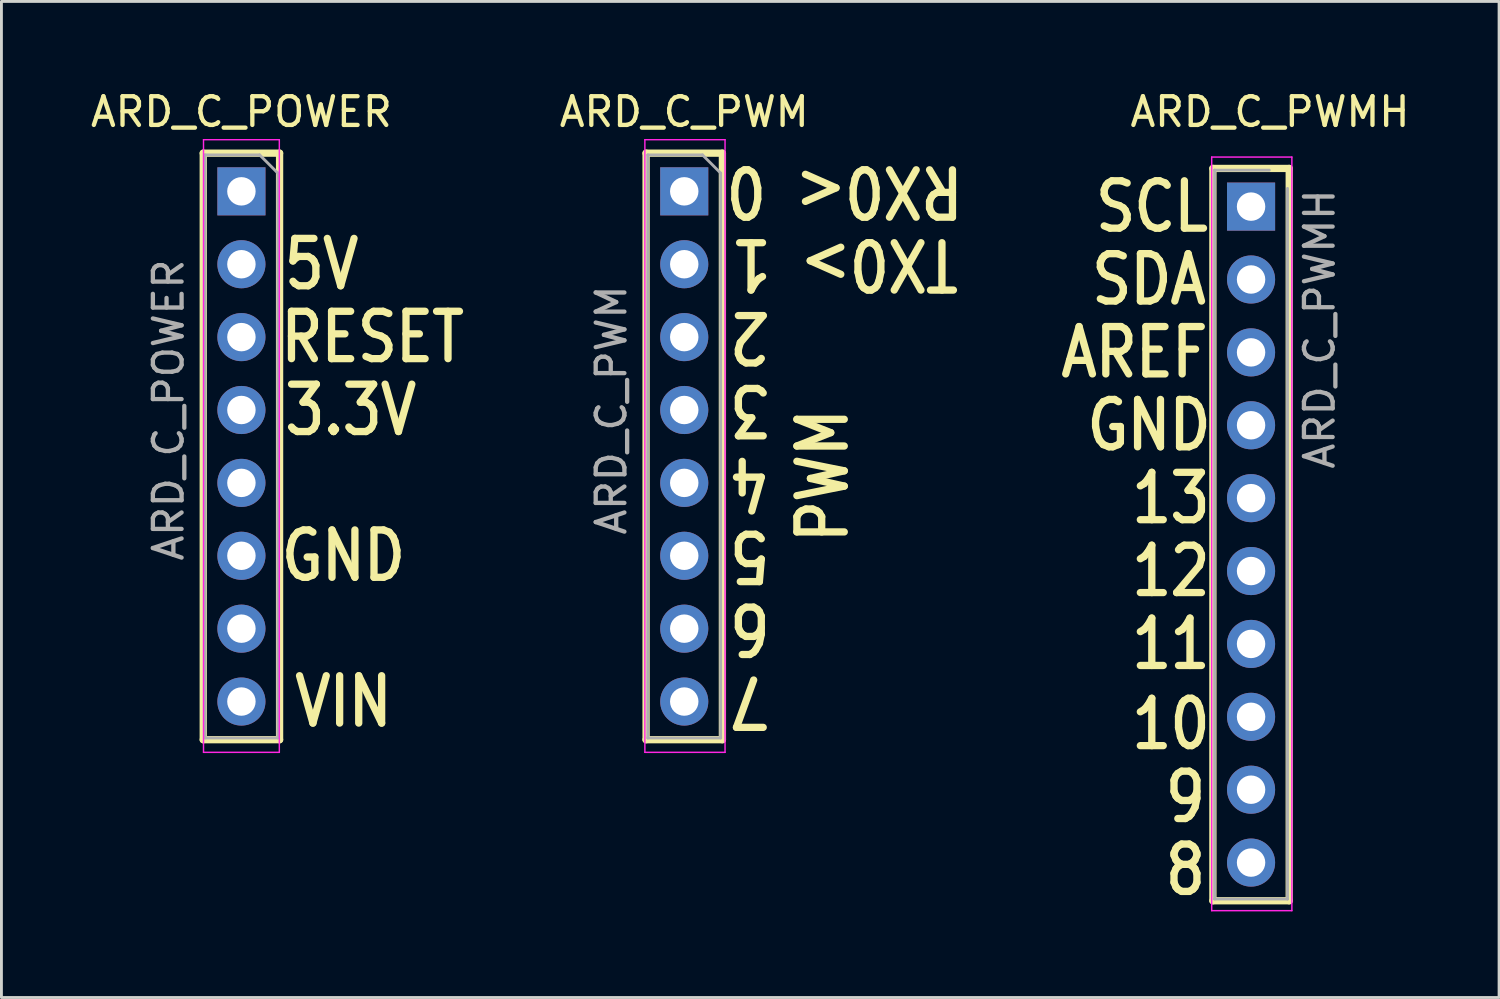
<source format=kicad_pcb>
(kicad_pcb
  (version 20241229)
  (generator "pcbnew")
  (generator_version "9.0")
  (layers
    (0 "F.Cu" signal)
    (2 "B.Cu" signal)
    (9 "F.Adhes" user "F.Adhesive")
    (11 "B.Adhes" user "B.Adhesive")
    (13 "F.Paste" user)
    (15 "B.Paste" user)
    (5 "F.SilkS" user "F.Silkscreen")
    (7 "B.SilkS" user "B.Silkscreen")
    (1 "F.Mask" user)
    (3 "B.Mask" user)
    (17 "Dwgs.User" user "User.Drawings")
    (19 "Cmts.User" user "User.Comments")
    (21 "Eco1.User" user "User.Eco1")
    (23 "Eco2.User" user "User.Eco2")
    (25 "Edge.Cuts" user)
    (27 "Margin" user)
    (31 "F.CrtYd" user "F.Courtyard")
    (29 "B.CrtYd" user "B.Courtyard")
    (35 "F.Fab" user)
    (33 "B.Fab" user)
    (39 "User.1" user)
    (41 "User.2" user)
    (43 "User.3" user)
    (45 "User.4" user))
  (footprint "ARD_C_PWMH"
    (layer "F.Cu")
    (at 40.548 4.15)
    (property "Reference" "ARD_C_PWMH" (at 0.66 -3.302 0) (layer "F.SilkS") (effects (font (size 1 1) (thickness 0.15))))
    (attr through_hole)
    (fp_line (start -1.33 -1.33) (end -1.33 24.19) (stroke (width 0.254) (type solid)) (layer "F.SilkS"))
    (fp_line (start -1.33 -1.33) (end 1.33 -1.33) (stroke (width 0.254) (type solid)) (layer "F.SilkS"))
    (fp_line (start -1.33 24.19) (end 1.33 24.19) (stroke (width 0.254) (type solid)) (layer "F.SilkS"))
    (fp_line (start 1.33 -1.33) (end 1.33 24.19) (stroke (width 0.254) (type solid)) (layer "F.SilkS"))
    (fp_line (start -1.372 -1.727) (end 1.422 -1.727) (stroke (width 0.051) (type solid)) (layer "F.CrtYd"))
    (fp_line (start -1.372 24.536) (end -1.372 -1.727) (stroke (width 0.051) (type solid)) (layer "F.CrtYd"))
    (fp_line (start 1.422 -1.727) (end 1.422 24.536) (stroke (width 0.051) (type solid)) (layer "F.CrtYd"))
    (fp_line (start 1.422 24.536) (end -1.372 24.536) (stroke (width 0.051) (type solid)) (layer "F.CrtYd"))
    (fp_line (start -1.27 -1.27) (end 0.635 -1.27) (stroke (width 0.1) (type solid)) (layer "F.Fab"))
    (fp_line (start -1.27 24.13) (end -1.27 -1.27) (stroke (width 0.1) (type solid)) (layer "F.Fab"))
    (fp_line (start 1.27 -0.635) (end 1.27 24.13) (stroke (width 0.1) (type solid)) (layer "F.Fab"))
    (fp_line (start 1.27 24.13) (end -1.27 24.13) (stroke (width 0.1) (type solid)) (layer "F.Fab"))
    (fp_text user "GND" (at -3.556 7.62 0) (layer "F.SilkS") (effects (font (size 1.651 1.397) (thickness 0.254))))
    (fp_text user "12" (at -2.794 12.7 0) (layer "F.SilkS") (effects (font (size 1.651 1.397) (thickness 0.254))))
    (fp_text user "SCL" (at -3.454 0 0) (layer "F.SilkS") (effects (font (size 1.651 1.397) (thickness 0.254))))
    (fp_text user "10" (at -2.794 18.034 0) (layer "F.SilkS") (effects (font (size 1.651 1.397) (thickness 0.254))))
    (fp_text user "AREF" (at -4.064 5.08 0) (layer "F.SilkS") (effects (font (size 1.651 1.397) (thickness 0.254))))
    (fp_text user "11" (at -2.794 15.24 0) (layer "F.SilkS") (effects (font (size 1.651 1.397) (thickness 0.254))))
    (fp_text user "8" (at -2.286 23.114 0) (layer "F.SilkS") (effects (font (size 1.651 1.397) (thickness 0.254))))
    (fp_text user "13" (at -2.794 10.16 0) (layer "F.SilkS") (effects (font (size 1.651 1.397) (thickness 0.254))))
    (fp_text user "SDA" (at -3.556 2.54 0) (layer "F.SilkS") (effects (font (size 1.651 1.397) (thickness 0.254))))
    (fp_text user "9" (at -2.286 20.574 0) (layer "F.SilkS") (effects (font (size 1.651 1.397) (thickness 0.254))))
    (fp_text user "${REFERENCE}" (at 2.388 4.267 90) (layer "F.Fab") (effects (font (size 1 1) (thickness 0.15))))
    (pad "1" thru_hole rect (at 0 0) (size 1.676 1.676) (drill 0.991) (layers "*.Cu" "*.Mask"))
    (pad "2" thru_hole circle (at 0 2.54) (size 1.676 1.676) (drill 0.991) (layers "*.Cu" "*.Mask"))
    (pad "3" thru_hole circle (at 0 5.08) (size 1.676 1.676) (drill 0.991) (layers "*.Cu" "*.Mask"))
    (pad "4" thru_hole circle (at 0 7.62) (size 1.676 1.676) (drill 0.991) (layers "*.Cu" "*.Mask"))
    (pad "5" thru_hole circle (at 0 10.16) (size 1.676 1.676) (drill 0.991) (layers "*.Cu" "*.Mask"))
    (pad "6" thru_hole circle (at 0 12.7) (size 1.676 1.676) (drill 0.991) (layers "*.Cu" "*.Mask"))
    (pad "7" thru_hole circle (at 0 15.24) (size 1.676 1.676) (drill 0.991) (layers "*.Cu" "*.Mask"))
    (pad "8" thru_hole circle (at 0 17.78) (size 1.676 1.676) (drill 0.991) (layers "*.Cu" "*.Mask"))
    (pad "9" thru_hole circle (at 0 20.32) (size 1.676 1.676) (drill 0.991) (layers "*.Cu" "*.Mask"))
    (pad "10" thru_hole circle (at 0 22.86) (size 1.676 1.676) (drill 0.991) (layers "*.Cu" "*.Mask")))
  (footprint "ARD_C_PWM"
    (layer "F.Cu")
    (at 20.795 3.618)
    (property "Reference" "ARD_C_PWM" (at 0 -2.77 0) (layer "F.SilkS") (effects (font (size 1 1) (thickness 0.15))))
    (attr through_hole)
    (fp_line (start -1.33 -1.33) (end -1.33 19.11) (stroke (width 0.254) (type solid)) (layer "F.SilkS"))
    (fp_line (start -1.33 -1.33) (end 1.33 -1.33) (stroke (width 0.254) (type solid)) (layer "F.SilkS"))
    (fp_line (start -1.33 19.11) (end 1.33 19.11) (stroke (width 0.254) (type solid)) (layer "F.SilkS"))
    (fp_line (start 1.33 -1.33) (end 1.33 19.11) (stroke (width 0.254) (type solid)) (layer "F.SilkS"))
    (fp_line (start -1.372 -1.8) (end 1.422 -1.8) (stroke (width 0.05) (type solid)) (layer "F.CrtYd"))
    (fp_line (start -1.372 19.55) (end -1.372 -1.8) (stroke (width 0.05) (type solid)) (layer "F.CrtYd"))
    (fp_line (start 1.422 -1.8) (end 1.422 19.55) (stroke (width 0.05) (type solid)) (layer "F.CrtYd"))
    (fp_line (start 1.422 19.55) (end -1.372 19.55) (stroke (width 0.05) (type solid)) (layer "F.CrtYd"))
    (fp_line (start -1.27 -1.27) (end 0.635 -1.27) (stroke (width 0.1) (type solid)) (layer "F.Fab"))
    (fp_line (start -1.27 19.05) (end -1.27 -1.27) (stroke (width 0.1) (type solid)) (layer "F.Fab"))
    (fp_line (start 0.635 -1.27) (end 1.27 -0.635) (stroke (width 0.1) (type solid)) (layer "F.Fab"))
    (fp_line (start 1.27 -0.635) (end 1.27 19.05) (stroke (width 0.1) (type solid)) (layer "F.Fab"))
    (fp_line (start 1.27 19.05) (end -1.27 19.05) (stroke (width 0.1) (type solid)) (layer "F.Fab"))
    (fp_text user "7" (at 2.286 17.78 180) (unlocked yes) (layer "F.SilkS") (effects (font (size 1.651 1.397) (thickness 0.254))))
    (fp_text user "4" (at 2.286 10.16 180) (unlocked yes) (layer "F.SilkS") (effects (font (size 1.651 1.397) (thickness 0.254))))
    (fp_text user "6" (at 2.286 15.24 180) (unlocked yes) (layer "F.SilkS") (effects (font (size 1.651 1.397) (thickness 0.254))))
    (fp_text user "PWM" (at 4.826 9.906 90) (unlocked yes) (layer "F.SilkS") (effects (font (size 1.651 1.397) (thickness 0.254))))
    (fp_text user "RX0< 0" (at 5.588 0 180) (unlocked yes) (layer "F.SilkS") (effects (font (size 1.651 1.397) (thickness 0.254))))
    (fp_text user "3" (at 2.286 7.62 180) (unlocked yes) (layer "F.SilkS") (effects (font (size 1.651 1.397) (thickness 0.254))))
    (fp_text user "2" (at 2.286 5.08 180) (unlocked yes) (layer "F.SilkS") (effects (font (size 1.651 1.397) (thickness 0.254))))
    (fp_text user "TX0> 1" (at 5.588 2.54 180) (unlocked yes) (layer "F.SilkS") (effects (font (size 1.651 1.397) (thickness 0.254))))
    (fp_text user "5" (at 2.286 12.7 180) (unlocked yes) (layer "F.SilkS") (effects (font (size 1.651 1.397) (thickness 0.254))))
    (fp_text user "${REFERENCE}" (at -2.54 7.62 90) (layer "F.Fab") (effects (font (size 1 1) (thickness 0.15))))
    (pad "1" thru_hole rect (at 0 0) (size 1.676 1.676) (drill 0.991) (layers "*.Cu" "*.Mask"))
    (pad "2" thru_hole circle (at 0 2.54) (size 1.676 1.676) (drill 0.991) (layers "*.Cu" "*.Mask"))
    (pad "3" thru_hole circle (at 0 5.08) (size 1.676 1.676) (drill 0.991) (layers "*.Cu" "*.Mask"))
    (pad "4" thru_hole circle (at 0 7.62) (size 1.676 1.676) (drill 0.991) (layers "*.Cu" "*.Mask"))
    (pad "5" thru_hole circle (at 0 10.16) (size 1.676 1.676) (drill 0.991) (layers "*.Cu" "*.Mask"))
    (pad "6" thru_hole circle (at 0 12.7) (size 1.676 1.676) (drill 0.991) (layers "*.Cu" "*.Mask"))
    (pad "7" thru_hole circle (at 0 15.24) (size 1.676 1.676) (drill 0.991) (layers "*.Cu" "*.Mask"))
    (pad "8" thru_hole circle (at 0 17.78) (size 1.676 1.676) (drill 0.991) (layers "*.Cu" "*.Mask")))
  (footprint "ARD_C_POWER"
    (layer "F.Cu")
    (at 5.363 3.618)
    (property "Reference" "ARD_C_POWER" (at 0 -2.77 0) (layer "F.SilkS") (effects (font (size 1 1) (thickness 0.15))))
    (attr through_hole)
    (fp_line (start -1.33 -1.33) (end -1.33 19.11) (stroke (width 0.254) (type solid)) (layer "F.SilkS"))
    (fp_line (start -1.33 -1.33) (end 1.33 -1.33) (stroke (width 0.254) (type solid)) (layer "F.SilkS"))
    (fp_line (start -1.33 19.11) (end 1.33 19.11) (stroke (width 0.254) (type solid)) (layer "F.SilkS"))
    (fp_line (start 1.33 -1.33) (end 1.33 19.11) (stroke (width 0.254) (type solid)) (layer "F.SilkS"))
    (fp_line (start -1.321 -1.8) (end 1.321 -1.8) (stroke (width 0.05) (type solid)) (layer "F.CrtYd"))
    (fp_line (start -1.321 19.55) (end -1.321 -1.8) (stroke (width 0.05) (type solid)) (layer "F.CrtYd"))
    (fp_line (start 1.321 -1.8) (end 1.321 19.55) (stroke (width 0.05) (type solid)) (layer "F.CrtYd"))
    (fp_line (start 1.321 19.55) (end -1.321 19.55) (stroke (width 0.05) (type solid)) (layer "F.CrtYd"))
    (fp_line (start -1.27 -1.27) (end 0.635 -1.27) (stroke (width 0.1) (type solid)) (layer "F.Fab"))
    (fp_line (start -1.27 19.05) (end -1.27 -1.27) (stroke (width 0.1) (type solid)) (layer "F.Fab"))
    (fp_line (start 0.635 -1.27) (end 1.27 -0.635) (stroke (width 0.1) (type solid)) (layer "F.Fab"))
    (fp_line (start 1.27 -0.635) (end 1.27 19.05) (stroke (width 0.1) (type solid)) (layer "F.Fab"))
    (fp_line (start 1.27 19.05) (end -1.27 19.05) (stroke (width 0.1) (type solid)) (layer "F.Fab"))
    (fp_text user "GND" (at 3.556 12.7 0) (layer "F.SilkS") (effects (font (size 1.651 1.397) (thickness 0.254))))
    (fp_text user "3.3V" (at 3.81 7.62 0) (layer "F.SilkS") (effects (font (size 1.651 1.397) (thickness 0.254))))
    (fp_text user "5V" (at 2.794 2.54 0) (layer "F.SilkS") (effects (font (size 1.651 1.397) (thickness 0.254))))
    (fp_text user "VIN" (at 3.556 17.78 0) (layer "F.SilkS") (effects (font (size 1.651 1.397) (thickness 0.254))))
    (fp_text user "RESET" (at 4.572 5.08 0) (layer "F.SilkS") (effects (font (size 1.651 1.397) (thickness 0.254))))
    (fp_text user "${REFERENCE}" (at -2.54 7.62 90) (layer "F.Fab") (effects (font (size 1 1) (thickness 0.15))))
    (pad "1" thru_hole rect (at 0 0) (size 1.676 1.676) (drill 0.991) (layers "*.Cu" "*.Mask"))
    (pad "2" thru_hole circle (at 0 2.54) (size 1.676 1.676) (drill 0.991) (layers "*.Cu" "*.Mask"))
    (pad "3" thru_hole circle (at 0 5.08) (size 1.676 1.676) (drill 0.991) (layers "*.Cu" "*.Mask"))
    (pad "4" thru_hole circle (at 0 7.62) (size 1.676 1.676) (drill 0.991) (layers "*.Cu" "*.Mask"))
    (pad "5" thru_hole circle (at 0 10.16) (size 1.676 1.676) (drill 0.991) (layers "*.Cu" "*.Mask"))
    (pad "6" thru_hole circle (at 0 12.7) (size 1.676 1.676) (drill 0.991) (layers "*.Cu" "*.Mask"))
    (pad "7" thru_hole circle (at 0 15.24) (size 1.676 1.676) (drill 0.991) (layers "*.Cu" "*.Mask"))
    (pad "8" thru_hole circle (at 0 17.78) (size 1.676 1.676) (drill 0.991) (layers "*.Cu" "*.Mask")))
  (gr_rect
    (start -3 -3)
    (end 49.191 31.712)
    (stroke (width 0.1) (type default))
    (fill no)
    (layer "Edge.Cuts")))
</source>
